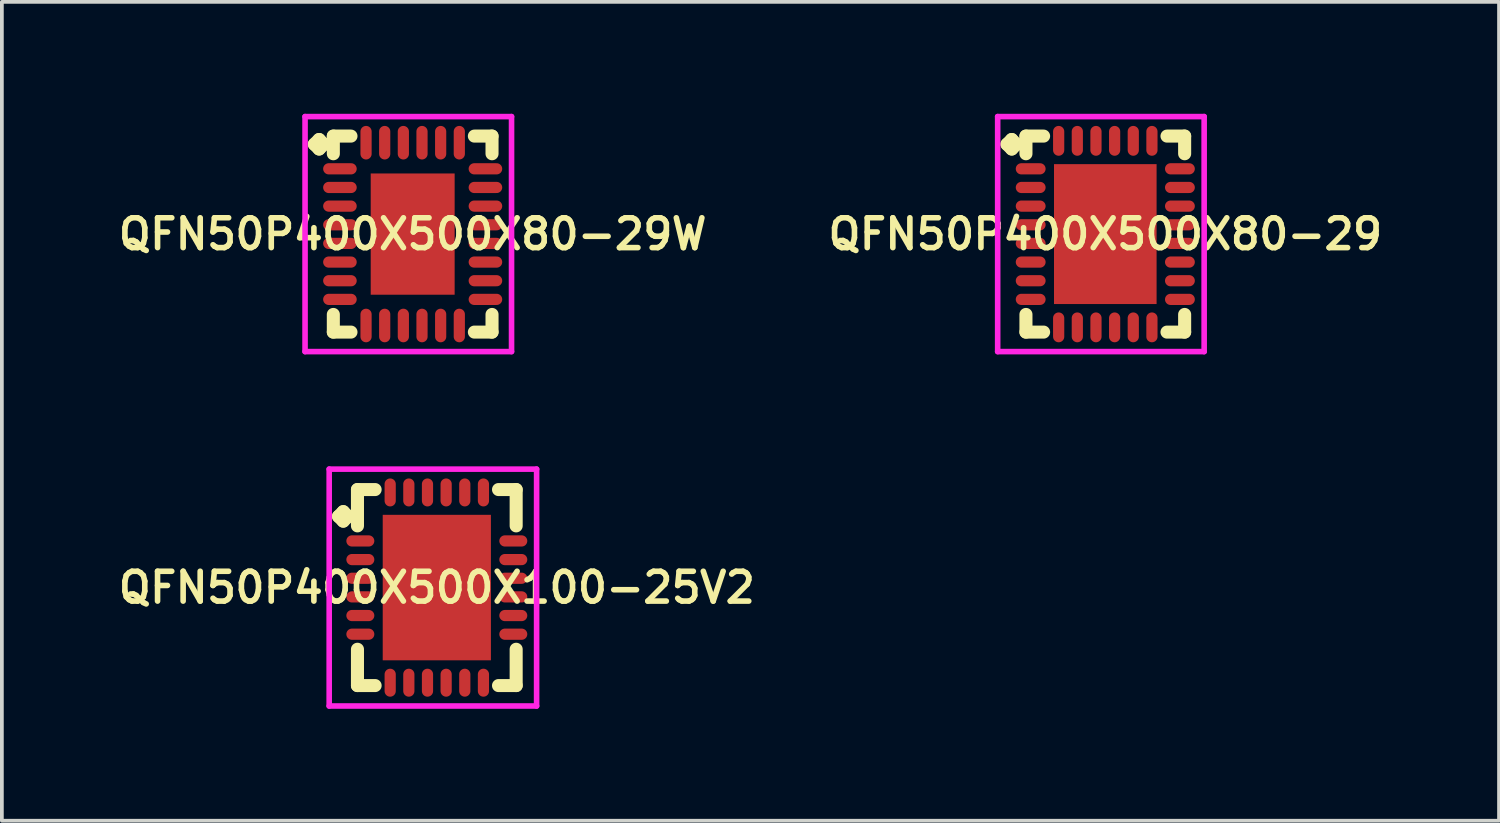
<source format=kicad_pcb>
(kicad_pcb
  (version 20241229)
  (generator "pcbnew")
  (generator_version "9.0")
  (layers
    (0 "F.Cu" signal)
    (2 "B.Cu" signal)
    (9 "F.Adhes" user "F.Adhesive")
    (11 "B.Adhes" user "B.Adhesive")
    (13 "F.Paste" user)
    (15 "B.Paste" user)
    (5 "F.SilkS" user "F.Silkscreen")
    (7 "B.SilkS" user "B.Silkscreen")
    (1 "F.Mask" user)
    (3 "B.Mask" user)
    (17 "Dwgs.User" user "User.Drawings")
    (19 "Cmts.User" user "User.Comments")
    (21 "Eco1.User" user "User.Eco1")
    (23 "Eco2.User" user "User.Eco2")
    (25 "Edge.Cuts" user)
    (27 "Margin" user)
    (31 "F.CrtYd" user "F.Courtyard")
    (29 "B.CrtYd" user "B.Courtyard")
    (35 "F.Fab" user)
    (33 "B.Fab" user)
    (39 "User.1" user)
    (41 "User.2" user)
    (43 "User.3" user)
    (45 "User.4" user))
  (footprint "QFN50P400X500X80-29"
    (layer "F.Cu")
    (at 26.578 3.225)
    (property "Reference" "QFN50P400X500X80-29" (at 0 0 0) (layer "F.SilkS") (effects (font (size 0.8 0.8) (thickness 0.15))))
    (attr through_hole)
    (fp_line (start -2.635 -2.408) (end -2.508 -2.535) (stroke (width 0.35) (type solid)) (layer "F.SilkS"))
    (fp_line (start -2.508 -2.535) (end -2.381 -2.408) (stroke (width 0.35) (type solid)) (layer "F.SilkS"))
    (fp_line (start -2.508 -2.281) (end -2.635 -2.408) (stroke (width 0.35) (type solid)) (layer "F.SilkS"))
    (fp_line (start -2.381 -2.408) (end -2.508 -2.281) (stroke (width 0.35) (type solid)) (layer "F.SilkS"))
    (fp_line (start -2.127 -2.627) (end -1.654 -2.627) (stroke (width 0.35) (type solid)) (layer "F.SilkS"))
    (fp_line (start -2.127 -2.154) (end -2.127 -2.627) (stroke (width 0.35) (type solid)) (layer "F.SilkS"))
    (fp_line (start -2.127 2.154) (end -2.127 2.627) (stroke (width 0.35) (type solid)) (layer "F.SilkS"))
    (fp_line (start -2.127 2.627) (end -1.654 2.627) (stroke (width 0.35) (type solid)) (layer "F.SilkS"))
    (fp_line (start 1.654 -2.627) (end 2.127 -2.627) (stroke (width 0.35) (type solid)) (layer "F.SilkS"))
    (fp_line (start 1.654 2.627) (end 2.127 2.627) (stroke (width 0.35) (type solid)) (layer "F.SilkS"))
    (fp_line (start 2.127 -2.627) (end 2.127 -2.154) (stroke (width 0.35) (type solid)) (layer "F.SilkS"))
    (fp_line (start 2.127 2.627) (end 2.127 2.154) (stroke (width 0.35) (type solid)) (layer "F.SilkS"))
    (fp_line (start -2.885 -3.15) (end 2.65 -3.15) (stroke (width 0.15) (type solid)) (layer "F.CrtYd"))
    (fp_line (start -2.885 3.15) (end -2.885 -3.15) (stroke (width 0.15) (type solid)) (layer "F.CrtYd"))
    (fp_line (start 2.65 -3.15) (end 2.65 3.15) (stroke (width 0.15) (type solid)) (layer "F.CrtYd"))
    (fp_line (start 2.65 3.15) (end -2.885 3.15) (stroke (width 0.15) (type solid)) (layer "F.CrtYd"))
    (pad "1" smd oval (at -2 -1.75) (size 0.8 0.3) (layers "F.Cu" "F.Mask" "F.Paste"))
    (pad "2" smd oval (at -2 -1.25) (size 0.8 0.3) (layers "F.Cu" "F.Mask" "F.Paste"))
    (pad "3" smd oval (at -2 -0.75) (size 0.8 0.3) (layers "F.Cu" "F.Mask" "F.Paste"))
    (pad "4" smd oval (at -2 -0.25) (size 0.8 0.3) (layers "F.Cu" "F.Mask" "F.Paste"))
    (pad "5" smd oval (at -2 0.25) (size 0.8 0.3) (layers "F.Cu" "F.Mask" "F.Paste"))
    (pad "6" smd oval (at -2 0.75) (size 0.8 0.3) (layers "F.Cu" "F.Mask" "F.Paste"))
    (pad "7" smd oval (at -2 1.25) (size 0.8 0.3) (layers "F.Cu" "F.Mask" "F.Paste"))
    (pad "8" smd oval (at -2 1.75) (size 0.8 0.3) (layers "F.Cu" "F.Mask" "F.Paste"))
    (pad "9" smd oval (at -1.25 2.5) (size 0.3 0.8) (layers "F.Cu" "F.Mask" "F.Paste"))
    (pad "10" smd oval (at -0.75 2.5) (size 0.3 0.8) (layers "F.Cu" "F.Mask" "F.Paste"))
    (pad "11" smd oval (at -0.25 2.5) (size 0.3 0.8) (layers "F.Cu" "F.Mask" "F.Paste"))
    (pad "12" smd oval (at 0.25 2.5) (size 0.3 0.8) (layers "F.Cu" "F.Mask" "F.Paste"))
    (pad "13" smd oval (at 0.75 2.5) (size 0.3 0.8) (layers "F.Cu" "F.Mask" "F.Paste"))
    (pad "14" smd oval (at 1.25 2.5) (size 0.3 0.8) (layers "F.Cu" "F.Mask" "F.Paste"))
    (pad "15" smd oval (at 2 1.75) (size 0.8 0.3) (layers "F.Cu" "F.Mask" "F.Paste"))
    (pad "16" smd oval (at 2 1.25) (size 0.8 0.3) (layers "F.Cu" "F.Mask" "F.Paste"))
    (pad "17" smd oval (at 2 0.75) (size 0.8 0.3) (layers "F.Cu" "F.Mask" "F.Paste"))
    (pad "18" smd oval (at 2 0.25) (size 0.8 0.3) (layers "F.Cu" "F.Mask" "F.Paste"))
    (pad "19" smd oval (at 2 -0.25) (size 0.8 0.3) (layers "F.Cu" "F.Mask" "F.Paste"))
    (pad "20" smd oval (at 2 -0.75) (size 0.8 0.3) (layers "F.Cu" "F.Mask" "F.Paste"))
    (pad "21" smd oval (at 2 -1.25) (size 0.8 0.3) (layers "F.Cu" "F.Mask" "F.Paste"))
    (pad "22" smd oval (at 2 -1.75) (size 0.8 0.3) (layers "F.Cu" "F.Mask" "F.Paste"))
    (pad "23" smd oval (at 1.25 -2.5) (size 0.3 0.8) (layers "F.Cu" "F.Mask" "F.Paste"))
    (pad "24" smd oval (at 0.75 -2.5) (size 0.3 0.8) (layers "F.Cu" "F.Mask" "F.Paste"))
    (pad "25" smd oval (at 0.25 -2.5) (size 0.3 0.8) (layers "F.Cu" "F.Mask" "F.Paste"))
    (pad "26" smd oval (at -0.25 -2.5) (size 0.3 0.8) (layers "F.Cu" "F.Mask" "F.Paste"))
    (pad "27" smd oval (at -0.75 -2.5) (size 0.3 0.8) (layers "F.Cu" "F.Mask" "F.Paste"))
    (pad "28" smd oval (at -1.25 -2.5) (size 0.3 0.8) (layers "F.Cu" "F.Mask" "F.Paste"))
    (pad "29" smd rect (at 0 0) (size 2.75 3.75) (layers "F.Cu" "F.Mask" "F.Paste")))
  (footprint "QFN50P400X500X80-29W"
    (layer "F.Cu")
    (at 8.012 3.225)
    (property "Reference" "QFN50P400X500X80-29W" (at 0 0 0) (layer "F.SilkS") (effects (font (size 0.8 0.8) (thickness 0.15))))
    (attr through_hole)
    (fp_line (start -2.635 -2.408) (end -2.508 -2.535) (stroke (width 0.35) (type solid)) (layer "F.SilkS"))
    (fp_line (start -2.508 -2.535) (end -2.381 -2.408) (stroke (width 0.35) (type solid)) (layer "F.SilkS"))
    (fp_line (start -2.508 -2.281) (end -2.635 -2.408) (stroke (width 0.35) (type solid)) (layer "F.SilkS"))
    (fp_line (start -2.381 -2.408) (end -2.508 -2.281) (stroke (width 0.35) (type solid)) (layer "F.SilkS"))
    (fp_line (start -2.127 -2.627) (end -1.654 -2.627) (stroke (width 0.35) (type solid)) (layer "F.SilkS"))
    (fp_line (start -2.127 -2.154) (end -2.127 -2.627) (stroke (width 0.35) (type solid)) (layer "F.SilkS"))
    (fp_line (start -2.127 2.154) (end -2.127 2.627) (stroke (width 0.35) (type solid)) (layer "F.SilkS"))
    (fp_line (start -2.127 2.627) (end -1.654 2.627) (stroke (width 0.35) (type solid)) (layer "F.SilkS"))
    (fp_line (start 1.654 -2.627) (end 2.127 -2.627) (stroke (width 0.35) (type solid)) (layer "F.SilkS"))
    (fp_line (start 1.654 2.627) (end 2.127 2.627) (stroke (width 0.35) (type solid)) (layer "F.SilkS"))
    (fp_line (start 2.127 -2.627) (end 2.127 -2.154) (stroke (width 0.35) (type solid)) (layer "F.SilkS"))
    (fp_line (start 2.127 2.627) (end 2.127 2.154) (stroke (width 0.35) (type solid)) (layer "F.SilkS"))
    (fp_line (start -2.885 -3.15) (end 2.65 -3.15) (stroke (width 0.15) (type solid)) (layer "F.CrtYd"))
    (fp_line (start -2.885 3.15) (end -2.885 -3.15) (stroke (width 0.15) (type solid)) (layer "F.CrtYd"))
    (fp_line (start 2.65 -3.15) (end 2.65 3.15) (stroke (width 0.15) (type solid)) (layer "F.CrtYd"))
    (fp_line (start 2.65 3.15) (end -2.885 3.15) (stroke (width 0.15) (type solid)) (layer "F.CrtYd"))
    (pad "1" smd oval (at -1.95 -1.75) (size 0.9 0.3) (layers "F.Cu" "F.Mask" "F.Paste"))
    (pad "2" smd oval (at -1.95 -1.25) (size 0.9 0.3) (layers "F.Cu" "F.Mask" "F.Paste"))
    (pad "3" smd oval (at -1.95 -0.75) (size 0.9 0.3) (layers "F.Cu" "F.Mask" "F.Paste"))
    (pad "4" smd oval (at -1.95 -0.25) (size 0.9 0.3) (layers "F.Cu" "F.Mask" "F.Paste"))
    (pad "5" smd oval (at -1.95 0.25) (size 0.9 0.3) (layers "F.Cu" "F.Mask" "F.Paste"))
    (pad "6" smd oval (at -1.95 0.75) (size 0.9 0.3) (layers "F.Cu" "F.Mask" "F.Paste"))
    (pad "7" smd oval (at -1.95 1.25) (size 0.9 0.3) (layers "F.Cu" "F.Mask" "F.Paste"))
    (pad "8" smd oval (at -1.95 1.75) (size 0.9 0.3) (layers "F.Cu" "F.Mask" "F.Paste"))
    (pad "9" smd oval (at -1.25 2.45) (size 0.3 0.9) (layers "F.Cu" "F.Mask" "F.Paste"))
    (pad "10" smd oval (at -0.75 2.45) (size 0.3 0.9) (layers "F.Cu" "F.Mask" "F.Paste"))
    (pad "11" smd oval (at -0.25 2.45) (size 0.3 0.9) (layers "F.Cu" "F.Mask" "F.Paste"))
    (pad "12" smd oval (at 0.25 2.45) (size 0.3 0.9) (layers "F.Cu" "F.Mask" "F.Paste"))
    (pad "13" smd oval (at 0.75 2.45) (size 0.3 0.9) (layers "F.Cu" "F.Mask" "F.Paste"))
    (pad "14" smd oval (at 1.25 2.45) (size 0.3 0.9) (layers "F.Cu" "F.Mask" "F.Paste"))
    (pad "15" smd oval (at 1.95 1.75) (size 0.9 0.3) (layers "F.Cu" "F.Mask" "F.Paste"))
    (pad "16" smd oval (at 1.95 1.25) (size 0.9 0.3) (layers "F.Cu" "F.Mask" "F.Paste"))
    (pad "17" smd oval (at 1.95 0.75) (size 0.9 0.3) (layers "F.Cu" "F.Mask" "F.Paste"))
    (pad "18" smd oval (at 1.95 0.25) (size 0.9 0.3) (layers "F.Cu" "F.Mask" "F.Paste"))
    (pad "19" smd oval (at 1.95 -0.25) (size 0.9 0.3) (layers "F.Cu" "F.Mask" "F.Paste"))
    (pad "20" smd oval (at 1.95 -0.75) (size 0.9 0.3) (layers "F.Cu" "F.Mask" "F.Paste"))
    (pad "21" smd oval (at 1.95 -1.25) (size 0.9 0.3) (layers "F.Cu" "F.Mask" "F.Paste"))
    (pad "22" smd oval (at 1.95 -1.75) (size 0.9 0.3) (layers "F.Cu" "F.Mask" "F.Paste"))
    (pad "23" smd oval (at 1.25 -2.45) (size 0.3 0.9) (layers "F.Cu" "F.Mask" "F.Paste"))
    (pad "24" smd oval (at 0.75 -2.45) (size 0.3 0.9) (layers "F.Cu" "F.Mask" "F.Paste"))
    (pad "25" smd oval (at 0.25 -2.45) (size 0.3 0.9) (layers "F.Cu" "F.Mask" "F.Paste"))
    (pad "26" smd oval (at -0.25 -2.45) (size 0.3 0.9) (layers "F.Cu" "F.Mask" "F.Paste"))
    (pad "27" smd oval (at -0.75 -2.45) (size 0.3 0.9) (layers "F.Cu" "F.Mask" "F.Paste"))
    (pad "28" smd oval (at -1.25 -2.45) (size 0.3 0.9) (layers "F.Cu" "F.Mask" "F.Paste"))
    (pad "29" smd rect (at 0 0) (size 2.25 3.25) (layers "F.Cu" "F.Mask" "F.Paste")))
  (footprint "QFN50P400X500X100-25V2"
    (layer "F.Cu")
    (at 8.659 12.7)
    (property "Reference" "QFN50P400X500X100-25V2" (at 0 0 0) (layer "F.SilkS") (effects (font (size 0.8 0.8) (thickness 0.15))))
    (attr through_hole)
    (fp_line (start -2.635 -1.908) (end -2.508 -2.035) (stroke (width 0.35) (type solid)) (layer "F.SilkS"))
    (fp_line (start -2.508 -2.035) (end -2.381 -1.908) (stroke (width 0.35) (type solid)) (layer "F.SilkS"))
    (fp_line (start -2.508 -1.781) (end -2.635 -1.908) (stroke (width 0.35) (type solid)) (layer "F.SilkS"))
    (fp_line (start -2.381 -1.908) (end -2.508 -1.781) (stroke (width 0.35) (type solid)) (layer "F.SilkS"))
    (fp_line (start -2.127 -2.627) (end -1.654 -2.627) (stroke (width 0.35) (type solid)) (layer "F.SilkS"))
    (fp_line (start -2.127 -1.654) (end -2.127 -2.627) (stroke (width 0.35) (type solid)) (layer "F.SilkS"))
    (fp_line (start -2.127 1.654) (end -2.127 2.627) (stroke (width 0.35) (type solid)) (layer "F.SilkS"))
    (fp_line (start -2.127 2.627) (end -1.654 2.627) (stroke (width 0.35) (type solid)) (layer "F.SilkS"))
    (fp_line (start 1.654 -2.627) (end 2.127 -2.627) (stroke (width 0.35) (type solid)) (layer "F.SilkS"))
    (fp_line (start 1.654 2.627) (end 2.127 2.627) (stroke (width 0.35) (type solid)) (layer "F.SilkS"))
    (fp_line (start 2.127 -2.627) (end 2.127 -1.654) (stroke (width 0.35) (type solid)) (layer "F.SilkS"))
    (fp_line (start 2.127 2.627) (end 2.127 1.654) (stroke (width 0.35) (type solid)) (layer "F.SilkS"))
    (fp_line (start -2.885 -3.175) (end 2.675 -3.175) (stroke (width 0.15) (type solid)) (layer "F.CrtYd"))
    (fp_line (start -2.885 3.175) (end -2.885 -3.175) (stroke (width 0.15) (type solid)) (layer "F.CrtYd"))
    (fp_line (start 2.675 -3.175) (end 2.675 3.175) (stroke (width 0.15) (type solid)) (layer "F.CrtYd"))
    (fp_line (start 2.675 3.175) (end -2.885 3.175) (stroke (width 0.15) (type solid)) (layer "F.CrtYd"))
    (pad "1" smd oval (at -2.05 -1.25) (size 0.75 0.3) (layers "F.Cu" "F.Mask" "F.Paste"))
    (pad "2" smd oval (at -2.05 -0.75) (size 0.75 0.3) (layers "F.Cu" "F.Mask" "F.Paste"))
    (pad "3" smd oval (at -2.05 -0.25) (size 0.75 0.3) (layers "F.Cu" "F.Mask" "F.Paste"))
    (pad "4" smd oval (at -2.05 0.25) (size 0.75 0.3) (layers "F.Cu" "F.Mask" "F.Paste"))
    (pad "5" smd oval (at -2.05 0.75) (size 0.75 0.3) (layers "F.Cu" "F.Mask" "F.Paste"))
    (pad "6" smd oval (at -2.05 1.25) (size 0.75 0.3) (layers "F.Cu" "F.Mask" "F.Paste"))
    (pad "7" smd oval (at -1.25 2.55) (size 0.3 0.75) (layers "F.Cu" "F.Mask" "F.Paste"))
    (pad "8" smd oval (at -0.75 2.55) (size 0.3 0.75) (layers "F.Cu" "F.Mask" "F.Paste"))
    (pad "9" smd oval (at -0.25 2.55) (size 0.3 0.75) (layers "F.Cu" "F.Mask" "F.Paste"))
    (pad "10" smd oval (at 0.25 2.55) (size 0.3 0.75) (layers "F.Cu" "F.Mask" "F.Paste"))
    (pad "11" smd oval (at 0.75 2.55) (size 0.3 0.75) (layers "F.Cu" "F.Mask" "F.Paste"))
    (pad "12" smd oval (at 1.25 2.55) (size 0.3 0.75) (layers "F.Cu" "F.Mask" "F.Paste"))
    (pad "13" smd oval (at 2.05 1.25) (size 0.75 0.3) (layers "F.Cu" "F.Mask" "F.Paste"))
    (pad "14" smd oval (at 2.05 0.75) (size 0.75 0.3) (layers "F.Cu" "F.Mask" "F.Paste"))
    (pad "15" smd oval (at 2.05 0.25) (size 0.75 0.3) (layers "F.Cu" "F.Mask" "F.Paste"))
    (pad "16" smd oval (at 2.05 -0.25) (size 0.75 0.3) (layers "F.Cu" "F.Mask" "F.Paste"))
    (pad "17" smd oval (at 2.05 -0.75) (size 0.75 0.3) (layers "F.Cu" "F.Mask" "F.Paste"))
    (pad "18" smd oval (at 2.05 -1.25) (size 0.75 0.3) (layers "F.Cu" "F.Mask" "F.Paste"))
    (pad "19" smd oval (at 1.25 -2.55) (size 0.3 0.75) (layers "F.Cu" "F.Mask" "F.Paste"))
    (pad "20" smd oval (at 0.75 -2.55) (size 0.3 0.75) (layers "F.Cu" "F.Mask" "F.Paste"))
    (pad "21" smd oval (at 0.25 -2.55) (size 0.3 0.75) (layers "F.Cu" "F.Mask" "F.Paste"))
    (pad "22" smd oval (at -0.25 -2.55) (size 0.3 0.75) (layers "F.Cu" "F.Mask" "F.Paste"))
    (pad "23" smd oval (at -0.75 -2.55) (size 0.3 0.75) (layers "F.Cu" "F.Mask" "F.Paste"))
    (pad "24" smd oval (at -1.25 -2.55) (size 0.3 0.75) (layers "F.Cu" "F.Mask" "F.Paste"))
    (pad "25" smd rect (at 0 0) (size 2.9 3.9) (layers "F.Cu" "F.Mask" "F.Paste")))
  (gr_rect
    (start -3 -3)
    (end 37.132 18.95)
    (stroke (width 0.1) (type default))
    (fill no)
    (layer "Edge.Cuts")))
</source>
